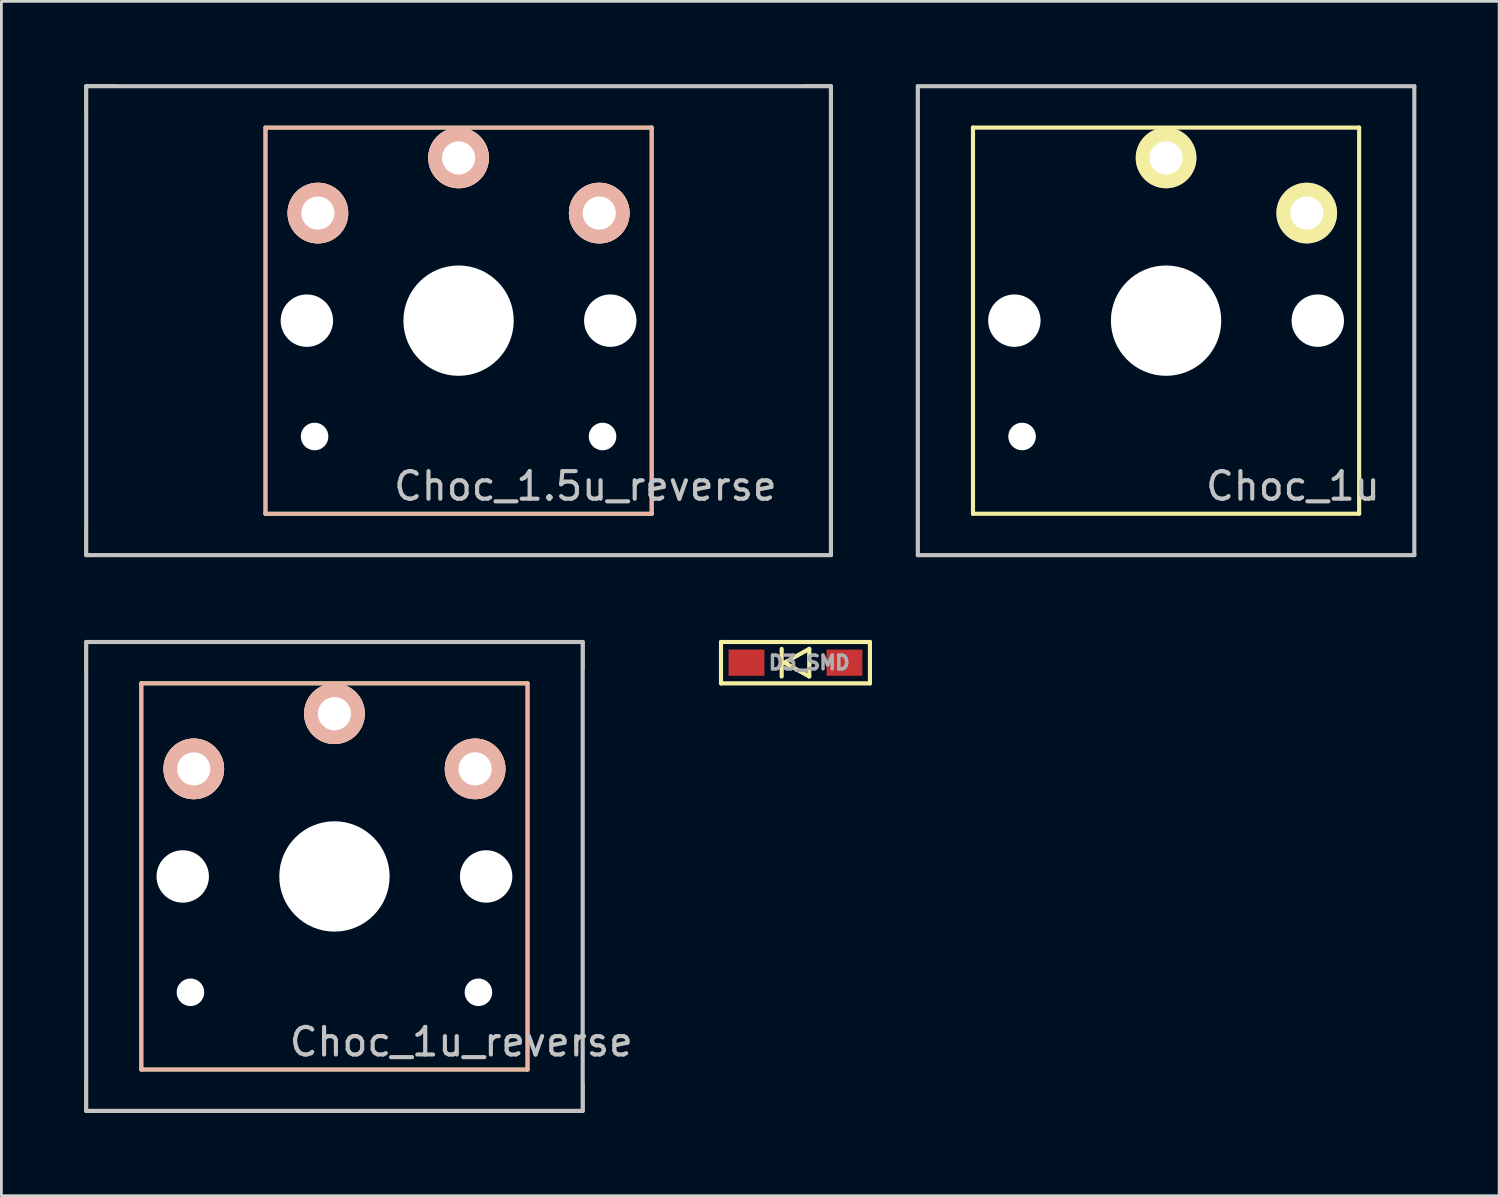
<source format=kicad_pcb>
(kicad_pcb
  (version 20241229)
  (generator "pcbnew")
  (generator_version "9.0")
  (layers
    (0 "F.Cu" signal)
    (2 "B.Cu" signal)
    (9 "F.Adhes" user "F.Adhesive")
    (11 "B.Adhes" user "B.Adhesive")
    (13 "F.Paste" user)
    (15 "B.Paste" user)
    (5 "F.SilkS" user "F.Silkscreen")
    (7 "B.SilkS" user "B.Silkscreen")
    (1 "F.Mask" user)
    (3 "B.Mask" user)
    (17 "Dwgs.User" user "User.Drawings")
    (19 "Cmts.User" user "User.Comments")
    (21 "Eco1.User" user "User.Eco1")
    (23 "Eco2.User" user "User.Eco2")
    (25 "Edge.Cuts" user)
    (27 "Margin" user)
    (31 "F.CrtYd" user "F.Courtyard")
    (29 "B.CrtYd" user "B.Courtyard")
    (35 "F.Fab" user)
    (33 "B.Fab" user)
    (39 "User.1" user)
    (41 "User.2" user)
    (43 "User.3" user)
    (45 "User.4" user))
  (footprint "Choc_1u_reverse"
    (layer "F.Cu")
    (at 9.075 28.725)
    (property "Reference" "Choc_1u_reverse" (at 4.6 6 0) (layer "Dwgs.User") (effects (font (size 1 1) (thickness 0.15))))
    (attr through_hole)
    (fp_line (start -9 -8.5) (end -8 -8.5) (stroke (width 0.12) (type solid)) (layer "F.SilkS"))
    (fp_line (start -9 -7.5) (end -9 -8.5) (stroke (width 0.12) (type solid)) (layer "F.SilkS"))
    (fp_line (start -9 8.5) (end -9 7.5) (stroke (width 0.12) (type solid)) (layer "F.SilkS"))
    (fp_line (start -8 8.5) (end -9 8.5) (stroke (width 0.12) (type solid)) (layer "F.SilkS"))
    (fp_line (start -7 -7) (end 7 -7) (stroke (width 0.15) (type solid)) (layer "F.SilkS"))
    (fp_line (start -7 7) (end -7 -7) (stroke (width 0.15) (type solid)) (layer "F.SilkS"))
    (fp_line (start -7 7) (end 7 7) (stroke (width 0.15) (type solid)) (layer "F.SilkS"))
    (fp_line (start 7 7) (end 7 -7) (stroke (width 0.15) (type solid)) (layer "F.SilkS"))
    (fp_line (start 8 -8.5) (end 9 -8.5) (stroke (width 0.12) (type solid)) (layer "F.SilkS"))
    (fp_line (start 9 -8.5) (end 9 -7.5) (stroke (width 0.12) (type solid)) (layer "F.SilkS"))
    (fp_line (start 9 7.5) (end 9 8.5) (stroke (width 0.12) (type solid)) (layer "F.SilkS"))
    (fp_line (start 9 8.5) (end 8 8.5) (stroke (width 0.12) (type solid)) (layer "F.SilkS"))
    (fp_line (start -9 -8.5) (end -9 -7.5) (stroke (width 0.12) (type solid)) (layer "B.SilkS"))
    (fp_line (start -9 -8.5) (end -8 -8.5) (stroke (width 0.12) (type solid)) (layer "B.SilkS"))
    (fp_line (start -9 7.5) (end -9 8.5) (stroke (width 0.12) (type solid)) (layer "B.SilkS"))
    (fp_line (start -9 8.5) (end -8 8.5) (stroke (width 0.12) (type solid)) (layer "B.SilkS"))
    (fp_line (start -7 -7) (end -7 7) (stroke (width 0.12) (type solid)) (layer "B.SilkS"))
    (fp_line (start -7 7) (end 7 7) (stroke (width 0.12) (type solid)) (layer "B.SilkS"))
    (fp_line (start 7 -7) (end -7 -7) (stroke (width 0.12) (type solid)) (layer "B.SilkS"))
    (fp_line (start 7 7) (end 7 -7) (stroke (width 0.12) (type solid)) (layer "B.SilkS"))
    (fp_line (start 8 -8.5) (end 9 -8.5) (stroke (width 0.12) (type solid)) (layer "B.SilkS"))
    (fp_line (start 9 -8.5) (end 9 -7.5) (stroke (width 0.12) (type solid)) (layer "B.SilkS"))
    (fp_line (start 9 7.5) (end 9 8.5) (stroke (width 0.12) (type solid)) (layer "B.SilkS"))
    (fp_line (start 9 8.5) (end 8 8.5) (stroke (width 0.12) (type solid)) (layer "B.SilkS"))
    (fp_line (start -9 -8.5) (end 9 -8.5) (stroke (width 0.15) (type solid)) (layer "Dwgs.User"))
    (fp_line (start -9 8.5) (end -9 -8.5) (stroke (width 0.15) (type solid)) (layer "Dwgs.User"))
    (fp_line (start 9 -8.5) (end 9 8.5) (stroke (width 0.15) (type solid)) (layer "Dwgs.User"))
    (fp_line (start 9 8.5) (end -9 8.5) (stroke (width 0.15) (type solid)) (layer "Dwgs.User"))
    (pad "" np_thru_hole circle (at -5.5 0 90) (size 1.9 1.9) (drill 1.9) (layers "*.Cu" "*.Mask"))
    (pad "" np_thru_hole circle (at -5.22 4.2) (size 1 1) (drill 1) (layers "*.Cu" "*.Mask"))
    (pad "" np_thru_hole circle (at 0 0 90) (size 4 4) (drill 4) (layers "*.Cu" "*.Mask"))
    (pad "" np_thru_hole circle (at 5.22 4.2) (size 1 1) (drill 1) (layers "*.Cu" "*.Mask"))
    (pad "" np_thru_hole circle (at 5.5 0 90) (size 1.9 1.9) (drill 1.9) (layers "*.Cu" "*.Mask"))
    (pad "1" thru_hole circle (at -5.1 -3.9 310) (size 2.2 2.2) (drill 1.2) (layers "*.Cu" "*.SilkS" "*.Mask"))
    (pad "1" thru_hole circle (at 5.1 -3.9 310) (size 2.2 2.2) (drill 1.2) (layers "*.Cu" "*.SilkS" "*.Mask"))
    (pad "2" thru_hole circle (at 0 -5.9 90) (size 2.2 2.2) (drill 1.2) (layers "*.Cu" "*.SilkS" "*.Mask")))
  (footprint "Choc_1u"
    (layer "F.Cu")
    (at 39.225 8.575)
    (property "Reference" "Choc_1u" (at 4.6 6 0) (layer "Dwgs.User") (effects (font (size 1 1) (thickness 0.15))))
    (attr through_hole)
    (fp_line (start -7 -7) (end 7 -7) (stroke (width 0.15) (type solid)) (layer "F.SilkS"))
    (fp_line (start -7 7) (end -7 -7) (stroke (width 0.15) (type solid)) (layer "F.SilkS"))
    (fp_line (start -7 7) (end 7 7) (stroke (width 0.15) (type solid)) (layer "F.SilkS"))
    (fp_line (start 7 7) (end 7 -7) (stroke (width 0.15) (type solid)) (layer "F.SilkS"))
    (fp_line (start -9 -8.5) (end 9 -8.5) (stroke (width 0.15) (type solid)) (layer "Dwgs.User"))
    (fp_line (start -9 8.5) (end -9 -8.5) (stroke (width 0.15) (type solid)) (layer "Dwgs.User"))
    (fp_line (start 9 -8.5) (end 9 8.5) (stroke (width 0.15) (type solid)) (layer "Dwgs.User"))
    (fp_line (start 9 8.5) (end -9 8.5) (stroke (width 0.15) (type solid)) (layer "Dwgs.User"))
    (pad "" np_thru_hole circle (at -5.5 0 90) (size 1.9 1.9) (drill 1.9) (layers "*.Cu" "*.Mask"))
    (pad "" np_thru_hole circle (at -5.22 4.2) (size 1 1) (drill 1) (layers "*.Cu" "*.Mask"))
    (pad "" np_thru_hole circle (at 0 0 90) (size 4 4) (drill 4) (layers "*.Cu" "*.Mask"))
    (pad "" np_thru_hole circle (at 5.5 0 90) (size 1.9 1.9) (drill 1.9) (layers "*.Cu" "*.Mask"))
    (pad "1" thru_hole circle (at 5.1 -3.9 310) (size 2.2 2.2) (drill 1.2) (layers "*.Cu" "B.Mask" "F.SilkS"))
    (pad "2" thru_hole circle (at 0 -5.9 90) (size 2.2 2.2) (drill 1.2) (layers "*.Cu" "B.Mask" "F.SilkS")))
  (footprint "D3_SMD"
    (layer "F.Cu")
    (at 25.789 20.975)
    (property "Reference" "D3_SMD" (at 0.5 0 0) (layer "F.Fab") (effects (font (size 0.5 0.5) (thickness 0.125))))
    (attr through_hole)
    (fp_line (start -2.7 -0.75) (end -2.7 0.75) (stroke (width 0.15) (type solid)) (layer "F.SilkS"))
    (fp_line (start -2.7 0.75) (end 2.7 0.75) (stroke (width 0.15) (type solid)) (layer "F.SilkS"))
    (fp_line (start -0.5 -0.5) (end -0.5 0.5) (stroke (width 0.15) (type solid)) (layer "F.SilkS"))
    (fp_line (start -0.4 0) (end 0.5 -0.5) (stroke (width 0.15) (type solid)) (layer "F.SilkS"))
    (fp_line (start 0.5 -0.5) (end 0.5 0.5) (stroke (width 0.15) (type solid)) (layer "F.SilkS"))
    (fp_line (start 0.5 0.5) (end -0.4 0) (stroke (width 0.15) (type solid)) (layer "F.SilkS"))
    (fp_line (start 2.7 -0.75) (end -2.7 -0.75) (stroke (width 0.15) (type solid)) (layer "F.SilkS"))
    (fp_line (start 2.7 -0.75) (end 2.7 0.75) (stroke (width 0.15) (type solid)) (layer "F.SilkS"))
    (pad "1" smd rect (at -1.775 0) (size 1.3 0.95) (layers "F.Cu" "F.Mask" "F.Paste"))
    (pad "2" smd rect (at 1.775 0) (size 1.3 0.95) (layers "F.Cu" "F.Mask" "F.Paste")))
  (footprint "Choc_1.5u_reverse"
    (layer "F.Cu")
    (at 13.575 8.575)
    (property "Reference" "Choc_1.5u_reverse" (at 4.6 6 0) (layer "Dwgs.User") (effects (font (size 1 1) (thickness 0.15))))
    (attr through_hole)
    (fp_line (start -13.5 -8.5) (end -12.5 -8.5) (stroke (width 0.12) (type solid)) (layer "F.SilkS"))
    (fp_line (start -13.5 -7.5) (end -13.5 -8.5) (stroke (width 0.12) (type solid)) (layer "F.SilkS"))
    (fp_line (start -13.5 7.5) (end -13.5 8.5) (stroke (width 0.12) (type solid)) (layer "F.SilkS"))
    (fp_line (start -13.5 8.5) (end -12.5 8.5) (stroke (width 0.12) (type solid)) (layer "F.SilkS"))
    (fp_line (start -7 -7) (end 7 -7) (stroke (width 0.15) (type solid)) (layer "F.SilkS"))
    (fp_line (start -7 7) (end -7 -7) (stroke (width 0.15) (type solid)) (layer "F.SilkS"))
    (fp_line (start -7 7) (end 7 7) (stroke (width 0.15) (type solid)) (layer "F.SilkS"))
    (fp_line (start 7 7) (end 7 -7) (stroke (width 0.15) (type solid)) (layer "F.SilkS"))
    (fp_line (start 12.5 -8.5) (end 13.5 -8.5) (stroke (width 0.12) (type solid)) (layer "F.SilkS"))
    (fp_line (start 13.5 -8.5) (end 13.5 -7.5) (stroke (width 0.12) (type solid)) (layer "F.SilkS"))
    (fp_line (start 13.5 7.5) (end 13.5 8.5) (stroke (width 0.12) (type solid)) (layer "F.SilkS"))
    (fp_line (start 13.5 8.5) (end 12.5 8.5) (stroke (width 0.12) (type solid)) (layer "F.SilkS"))
    (fp_line (start -13.5 -8.5) (end -13.5 -7.5) (stroke (width 0.12) (type solid)) (layer "B.SilkS"))
    (fp_line (start -13.5 7.5) (end -13.5 8.5) (stroke (width 0.12) (type solid)) (layer "B.SilkS"))
    (fp_line (start -13.5 8.5) (end -12.5 8.5) (stroke (width 0.12) (type solid)) (layer "B.SilkS"))
    (fp_line (start -12.5 -8.5) (end -13.5 -8.5) (stroke (width 0.12) (type solid)) (layer "B.SilkS"))
    (fp_line (start -7 -7) (end 7 -7) (stroke (width 0.12) (type solid)) (layer "B.SilkS"))
    (fp_line (start -7 7) (end -7 -7) (stroke (width 0.12) (type solid)) (layer "B.SilkS"))
    (fp_line (start 7 -7) (end 7 7) (stroke (width 0.12) (type solid)) (layer "B.SilkS"))
    (fp_line (start 7 7) (end -7 7) (stroke (width 0.12) (type solid)) (layer "B.SilkS"))
    (fp_line (start 12.5 -8.5) (end 13.5 -8.5) (stroke (width 0.12) (type solid)) (layer "B.SilkS"))
    (fp_line (start 12.5 8.5) (end 13.5 8.5) (stroke (width 0.12) (type solid)) (layer "B.SilkS"))
    (fp_line (start 13.5 -8.5) (end 13.5 -7.5) (stroke (width 0.12) (type solid)) (layer "B.SilkS"))
    (fp_line (start 13.5 8.5) (end 13.5 7.5) (stroke (width 0.12) (type solid)) (layer "B.SilkS"))
    (fp_line (start -13.5 -8.5) (end 13.5 -8.5) (stroke (width 0.15) (type solid)) (layer "Dwgs.User"))
    (fp_line (start -13.5 8.5) (end -13.5 -8.5) (stroke (width 0.15) (type solid)) (layer "Dwgs.User"))
    (fp_line (start 13.5 -8.5) (end 13.5 8.5) (stroke (width 0.15) (type solid)) (layer "Dwgs.User"))
    (fp_line (start 13.5 8.5) (end -13.5 8.5) (stroke (width 0.15) (type solid)) (layer "Dwgs.User"))
    (pad "" np_thru_hole circle (at -5.5 0 90) (size 1.9 1.9) (drill 1.9) (layers "*.Cu" "*.Mask"))
    (pad "" np_thru_hole circle (at -5.22 4.2) (size 1 1) (drill 1) (layers "*.Cu" "*.Mask"))
    (pad "" np_thru_hole circle (at 0 0 90) (size 4 4) (drill 4) (layers "*.Cu" "*.Mask"))
    (pad "" np_thru_hole circle (at 5.22 4.2) (size 1 1) (drill 1) (layers "*.Cu" "*.Mask"))
    (pad "" np_thru_hole circle (at 5.5 0 90) (size 1.9 1.9) (drill 1.9) (layers "*.Cu" "*.Mask"))
    (pad "1" thru_hole circle (at -5.1 -3.9 310) (size 2.2 2.2) (drill 1.2) (layers "*.Cu" "*.SilkS" "*.Mask"))
    (pad "1" thru_hole circle (at 5.1 -3.9 310) (size 2.2 2.2) (drill 1.2) (layers "*.Cu" "*.SilkS" "*.Mask"))
    (pad "2" thru_hole circle (at 0 -5.9 90) (size 2.2 2.2) (drill 1.2) (layers "*.Cu" "*.SilkS" "*.Mask")))
  (gr_rect
    (start -3 -3)
    (end 51.3 40.3)
    (stroke (width 0.1) (type default))
    (fill no)
    (layer "Edge.Cuts")))
</source>
